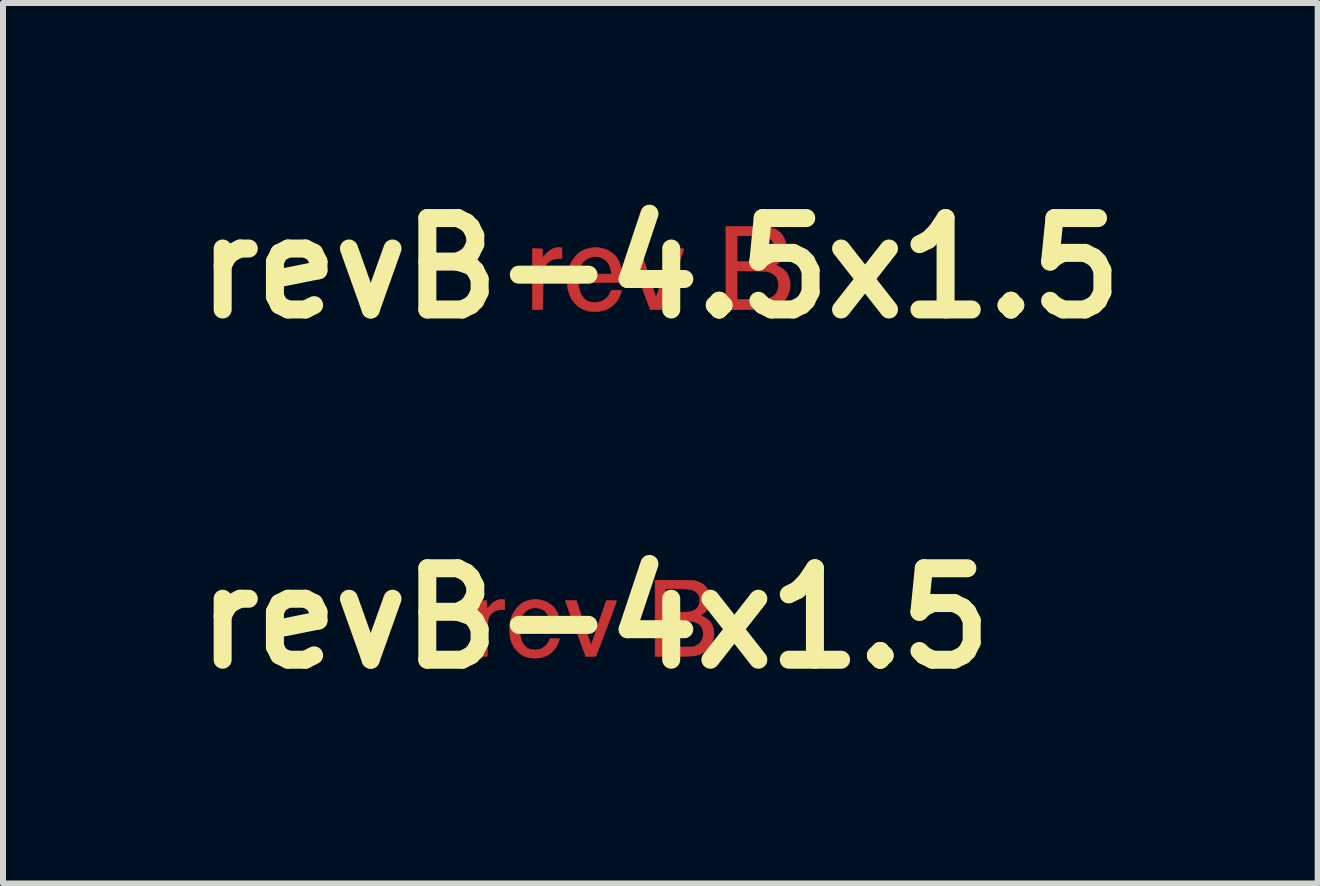
<source format=kicad_pcb>
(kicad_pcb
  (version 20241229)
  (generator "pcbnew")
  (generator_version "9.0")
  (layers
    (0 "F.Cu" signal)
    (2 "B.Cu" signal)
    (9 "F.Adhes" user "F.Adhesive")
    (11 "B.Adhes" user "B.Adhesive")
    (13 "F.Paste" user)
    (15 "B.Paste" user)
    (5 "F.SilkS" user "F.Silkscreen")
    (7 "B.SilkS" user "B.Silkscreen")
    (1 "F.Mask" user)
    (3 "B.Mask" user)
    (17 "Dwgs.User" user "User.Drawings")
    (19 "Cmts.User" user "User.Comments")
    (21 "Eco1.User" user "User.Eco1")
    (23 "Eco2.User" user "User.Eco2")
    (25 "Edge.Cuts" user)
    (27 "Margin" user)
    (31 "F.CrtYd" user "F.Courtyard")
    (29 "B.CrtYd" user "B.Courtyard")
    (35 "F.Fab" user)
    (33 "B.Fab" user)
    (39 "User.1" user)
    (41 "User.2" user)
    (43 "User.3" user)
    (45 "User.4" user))
  (footprint "revB-4x1.5"
    (layer "F.Cu")
    (at 6.865 7.254)
    (property "Reference" "revB-4x1.5" (at 0 0 0) (layer "F.SilkS") (effects (font (size 1.524 1.524) (thickness 0.3))))
    (attr through_hole)
    (fp_poly (pts (xy -1.53 -0.313) (xy -1.503 -0.309) (xy -1.503 -0.227) (xy -1.503 -0.145) (xy -1.561 -0.144) (xy -1.614 -0.14) (xy -1.658 -0.127) (xy -1.696 -0.104) (xy -1.725 -0.077) (xy -1.74 -0.061) (xy -1.752 -0.047) (xy -1.762 -0.034) (xy -1.77 -0.019) (xy -1.776 -0.002) (xy -1.781 0.019) (xy -1.784 0.045) (xy -1.787 0.078) (xy -1.789 0.119) (xy -1.79 0.17) (xy -1.791 0.231) (xy -1.792 0.305) (xy -1.792 0.328) (xy -1.796 0.631) (xy -1.954 0.635) (xy -1.954 -0.297) (xy -1.879 -0.295) (xy -1.803 -0.293) (xy -1.801 -0.224) (xy -1.799 -0.155) (xy -1.772 -0.188) (xy -1.726 -0.238) (xy -1.678 -0.276) (xy -1.629 -0.301) (xy -1.579 -0.314) (xy -1.53 -0.313)) (stroke (width 0.01) (type solid)) (fill yes) (layer "F.Cu"))
    (fp_poly (pts (xy -0.237 -0.069) (xy -0.216 -0.006) (xy -0.195 0.06) (xy -0.173 0.126) (xy -0.152 0.19) (xy -0.133 0.247) (xy -0.117 0.295) (xy -0.114 0.305) (xy -0.066 0.452) (xy 0.05 0.115) (xy 0.072 0.048) (xy 0.094 -0.017) (xy 0.115 -0.076) (xy 0.133 -0.13) (xy 0.149 -0.177) (xy 0.162 -0.215) (xy 0.172 -0.242) (xy 0.178 -0.258) (xy 0.178 -0.259) (xy 0.192 -0.296) (xy 0.276 -0.296) (xy 0.314 -0.296) (xy 0.339 -0.295) (xy 0.354 -0.292) (xy 0.359 -0.288) (xy 0.36 -0.288) (xy 0.357 -0.28) (xy 0.35 -0.26) (xy 0.339 -0.229) (xy 0.324 -0.188) (xy 0.305 -0.138) (xy 0.284 -0.08) (xy 0.26 -0.016) (xy 0.234 0.054) (xy 0.206 0.128) (xy 0.187 0.176) (xy 0.016 0.631) (xy -0.153 0.635) (xy -0.323 0.173) (xy -0.352 0.096) (xy -0.379 0.023) (xy -0.404 -0.045) (xy -0.427 -0.107) (xy -0.447 -0.162) (xy -0.464 -0.209) (xy -0.477 -0.246) (xy -0.487 -0.273) (xy -0.493 -0.289) (xy -0.494 -0.293) (xy -0.487 -0.294) (xy -0.469 -0.295) (xy -0.442 -0.296) (xy -0.409 -0.296) (xy -0.402 -0.296) (xy -0.311 -0.296) (xy -0.237 -0.069)) (stroke (width 0.01) (type solid)) (fill yes) (layer "F.Cu"))
    (fp_poly (pts (xy -0.941 -0.31) (xy -0.869 -0.296) (xy -0.802 -0.271) (xy -0.799 -0.269) (xy -0.744 -0.236) (xy -0.698 -0.198) (xy -0.66 -0.153) (xy -0.631 -0.099) (xy -0.609 -0.037) (xy -0.594 0.035) (xy -0.585 0.119) (xy -0.583 0.15) (xy -0.581 0.219) (xy -1.257 0.219) (xy -1.252 0.252) (xy -1.238 0.327) (xy -1.217 0.39) (xy -1.188 0.44) (xy -1.151 0.479) (xy -1.108 0.506) (xy -1.091 0.513) (xy -1.046 0.523) (xy -0.995 0.526) (xy -0.945 0.521) (xy -0.9 0.509) (xy -0.892 0.505) (xy -0.845 0.477) (xy -0.804 0.439) (xy -0.773 0.394) (xy -0.766 0.38) (xy -0.747 0.339) (xy -0.593 0.339) (xy -0.597 0.362) (xy -0.602 0.378) (xy -0.612 0.403) (xy -0.624 0.432) (xy -0.63 0.445) (xy -0.668 0.508) (xy -0.716 0.561) (xy -0.773 0.604) (xy -0.837 0.636) (xy -0.894 0.653) (xy -0.934 0.659) (xy -0.979 0.662) (xy -1.027 0.662) (xy -1.071 0.659) (xy -1.107 0.654) (xy -1.113 0.652) (xy -1.154 0.64) (xy -1.189 0.625) (xy -1.224 0.604) (xy -1.246 0.589) (xy -1.301 0.541) (xy -1.347 0.483) (xy -1.382 0.415) (xy -1.405 0.347) (xy -1.414 0.303) (xy -1.419 0.249) (xy -1.421 0.191) (xy -1.42 0.132) (xy -1.416 0.092) (xy -1.251 0.092) (xy -0.746 0.092) (xy -0.75 0.058) (xy -0.764 -0.006) (xy -0.787 -0.061) (xy -0.819 -0.106) (xy -0.861 -0.14) (xy -0.911 -0.163) (xy -0.917 -0.165) (xy -0.976 -0.176) (xy -1.033 -0.174) (xy -1.086 -0.159) (xy -1.134 -0.133) (xy -1.175 -0.097) (xy -1.209 -0.052) (xy -1.233 0.001) (xy -1.246 0.058) (xy -1.251 0.092) (xy -1.416 0.092) (xy -1.415 0.077) (xy -1.406 0.03) (xy -1.405 0.025) (xy -1.381 -0.045) (xy -1.347 -0.111) (xy -1.305 -0.17) (xy -1.257 -0.22) (xy -1.216 -0.252) (xy -1.154 -0.283) (xy -1.085 -0.304) (xy -1.014 -0.313) (xy -0.941 -0.31)) (stroke (width 0.01) (type solid)) (fill yes) (layer "F.Cu"))
    (fp_poly (pts (xy 1.39 -0.635) (xy 1.453 -0.635) (xy 1.505 -0.634) (xy 1.546 -0.634) (xy 1.58 -0.633) (xy 1.607 -0.632) (xy 1.628 -0.63) (xy 1.646 -0.628) (xy 1.661 -0.626) (xy 1.675 -0.623) (xy 1.683 -0.621) (xy 1.747 -0.599) (xy 1.801 -0.568) (xy 1.845 -0.527) (xy 1.881 -0.476) (xy 1.889 -0.46) (xy 1.902 -0.434) (xy 1.91 -0.412) (xy 1.914 -0.39) (xy 1.917 -0.362) (xy 1.918 -0.338) (xy 1.915 -0.269) (xy 1.902 -0.208) (xy 1.877 -0.155) (xy 1.841 -0.11) (xy 1.803 -0.08) (xy 1.783 -0.067) (xy 1.769 -0.056) (xy 1.764 -0.05) (xy 1.77 -0.045) (xy 1.786 -0.036) (xy 1.809 -0.025) (xy 1.815 -0.022) (xy 1.871 0.012) (xy 1.916 0.054) (xy 1.949 0.105) (xy 1.971 0.164) (xy 1.981 0.231) (xy 1.983 0.264) (xy 1.976 0.33) (xy 1.956 0.394) (xy 1.925 0.454) (xy 1.884 0.507) (xy 1.834 0.552) (xy 1.794 0.577) (xy 1.765 0.591) (xy 1.729 0.605) (xy 1.696 0.615) (xy 1.682 0.619) (xy 1.668 0.622) (xy 1.653 0.624) (xy 1.635 0.626) (xy 1.613 0.628) (xy 1.585 0.629) (xy 1.55 0.63) (xy 1.507 0.631) (xy 1.453 0.632) (xy 1.388 0.633) (xy 1.321 0.633) (xy 1.002 0.636) (xy 1.002 0.481) (xy 1.171 0.481) (xy 1.406 0.478) (xy 1.641 0.476) (xy 1.688 0.453) (xy 1.735 0.423) (xy 1.77 0.385) (xy 1.793 0.34) (xy 1.804 0.287) (xy 1.805 0.241) (xy 1.796 0.187) (xy 1.777 0.142) (xy 1.746 0.106) (xy 1.704 0.078) (xy 1.665 0.062) (xy 1.652 0.058) (xy 1.638 0.054) (xy 1.622 0.051) (xy 1.602 0.049) (xy 1.578 0.048) (xy 1.546 0.046) (xy 1.505 0.045) (xy 1.453 0.045) (xy 1.395 0.044) (xy 1.171 0.041) (xy 1.171 0.481) (xy 1.002 0.481) (xy 1.002 -0.097) (xy 1.171 -0.097) (xy 1.371 -0.1) (xy 1.43 -0.101) (xy 1.478 -0.103) (xy 1.515 -0.104) (xy 1.544 -0.105) (xy 1.566 -0.108) (xy 1.584 -0.11) (xy 1.6 -0.114) (xy 1.614 -0.118) (xy 1.614 -0.118) (xy 1.663 -0.139) (xy 1.7 -0.168) (xy 1.725 -0.204) (xy 1.739 -0.248) (xy 1.744 -0.298) (xy 1.74 -0.346) (xy 1.729 -0.384) (xy 1.71 -0.416) (xy 1.689 -0.436) (xy 1.67 -0.451) (xy 1.648 -0.463) (xy 1.621 -0.473) (xy 1.589 -0.481) (xy 1.549 -0.486) (xy 1.501 -0.49) (xy 1.442 -0.493) (xy 1.372 -0.494) (xy 1.328 -0.494) (xy 1.171 -0.494) (xy 1.171 -0.097) (xy 1.002 -0.097) (xy 1.002 -0.635) (xy 1.315 -0.635) (xy 1.39 -0.635)) (stroke (width 0.01) (type solid)) (fill yes) (layer "F.Cu")))
  (footprint "revB-4.5x1.5"
    (layer "F.Cu")
    (at 7.954 1.418)
    (property "Reference" "revB-4.5x1.5" (at 0 0 0) (layer "F.SilkS") (effects (font (size 1.524 1.524) (thickness 0.3))))
    (attr through_hole)
    (fp_poly (pts (xy -1.669 -0.341) (xy -1.639 -0.337) (xy -1.64 -0.247) (xy -1.64 -0.158) (xy -1.703 -0.157) (xy -1.761 -0.152) (xy -1.808 -0.138) (xy -1.85 -0.113) (xy -1.882 -0.084) (xy -1.898 -0.067) (xy -1.911 -0.052) (xy -1.922 -0.037) (xy -1.931 -0.021) (xy -1.937 -0.002) (xy -1.943 0.02) (xy -1.947 0.049) (xy -1.949 0.085) (xy -1.951 0.13) (xy -1.953 0.185) (xy -1.954 0.252) (xy -1.955 0.333) (xy -1.955 0.358) (xy -1.959 0.689) (xy -2.045 0.691) (xy -2.132 0.693) (xy -2.132 -0.324) (xy -2.049 -0.322) (xy -1.967 -0.319) (xy -1.962 -0.169) (xy -1.933 -0.206) (xy -1.883 -0.26) (xy -1.831 -0.301) (xy -1.777 -0.329) (xy -1.722 -0.342) (xy -1.669 -0.341)) (stroke (width 0.01) (type solid)) (fill yes) (layer "F.Cu"))
    (fp_poly (pts (xy -0.258 -0.075) (xy -0.236 -0.007) (xy -0.212 0.066) (xy -0.189 0.138) (xy -0.166 0.207) (xy -0.145 0.269) (xy -0.128 0.322) (xy -0.124 0.333) (xy -0.072 0.493) (xy 0.054 0.125) (xy 0.079 0.052) (xy 0.103 -0.018) (xy 0.125 -0.083) (xy 0.146 -0.142) (xy 0.163 -0.193) (xy 0.177 -0.234) (xy 0.188 -0.264) (xy 0.194 -0.281) (xy 0.194 -0.283) (xy 0.209 -0.323) (xy 0.301 -0.323) (xy 0.342 -0.323) (xy 0.37 -0.321) (xy 0.386 -0.319) (xy 0.392 -0.315) (xy 0.392 -0.314) (xy 0.39 -0.305) (xy 0.382 -0.283) (xy 0.37 -0.249) (xy 0.353 -0.205) (xy 0.333 -0.15) (xy 0.31 -0.088) (xy 0.283 -0.017) (xy 0.255 0.059) (xy 0.224 0.14) (xy 0.205 0.192) (xy 0.017 0.689) (xy -0.075 0.691) (xy -0.167 0.693) (xy -0.353 0.189) (xy -0.384 0.105) (xy -0.413 0.025) (xy -0.44 -0.049) (xy -0.465 -0.117) (xy -0.487 -0.177) (xy -0.506 -0.228) (xy -0.521 -0.268) (xy -0.531 -0.298) (xy -0.538 -0.315) (xy -0.539 -0.319) (xy -0.532 -0.321) (xy -0.512 -0.322) (xy -0.482 -0.323) (xy -0.446 -0.323) (xy -0.439 -0.323) (xy -0.339 -0.323) (xy -0.258 -0.075)) (stroke (width 0.01) (type solid)) (fill yes) (layer "F.Cu"))
    (fp_poly (pts (xy -1.026 -0.339) (xy -0.948 -0.323) (xy -0.875 -0.295) (xy -0.871 -0.293) (xy -0.811 -0.258) (xy -0.761 -0.216) (xy -0.72 -0.166) (xy -0.688 -0.109) (xy -0.664 -0.041) (xy -0.648 0.039) (xy -0.638 0.13) (xy -0.637 0.164) (xy -0.633 0.239) (xy -1.371 0.239) (xy -1.366 0.275) (xy -1.351 0.357) (xy -1.327 0.425) (xy -1.296 0.48) (xy -1.256 0.523) (xy -1.208 0.552) (xy -1.19 0.559) (xy -1.141 0.571) (xy -1.085 0.573) (xy -1.03 0.568) (xy -0.982 0.555) (xy -0.973 0.551) (xy -0.922 0.52) (xy -0.877 0.479) (xy -0.843 0.43) (xy -0.835 0.415) (xy -0.815 0.369) (xy -0.647 0.369) (xy -0.651 0.394) (xy -0.657 0.413) (xy -0.667 0.44) (xy -0.681 0.471) (xy -0.688 0.485) (xy -0.729 0.554) (xy -0.781 0.612) (xy -0.843 0.659) (xy -0.913 0.694) (xy -0.975 0.712) (xy -1.018 0.719) (xy -1.069 0.722) (xy -1.12 0.722) (xy -1.168 0.719) (xy -1.208 0.713) (xy -1.214 0.712) (xy -1.259 0.698) (xy -1.297 0.681) (xy -1.335 0.659) (xy -1.36 0.642) (xy -1.42 0.59) (xy -1.469 0.527) (xy -1.508 0.452) (xy -1.533 0.378) (xy -1.543 0.33) (xy -1.548 0.272) (xy -1.55 0.208) (xy -1.549 0.144) (xy -1.545 0.1) (xy -1.364 0.1) (xy -0.814 0.1) (xy -0.818 0.064) (xy -0.833 -0.007) (xy -0.858 -0.067) (xy -0.894 -0.116) (xy -0.939 -0.153) (xy -0.994 -0.178) (xy -1 -0.18) (xy -1.065 -0.192) (xy -1.126 -0.189) (xy -1.184 -0.174) (xy -1.237 -0.145) (xy -1.282 -0.106) (xy -1.319 -0.057) (xy -1.345 0.002) (xy -1.36 0.064) (xy -1.364 0.1) (xy -1.545 0.1) (xy -1.543 0.084) (xy -1.534 0.033) (xy -1.533 0.027) (xy -1.506 -0.05) (xy -1.469 -0.121) (xy -1.424 -0.186) (xy -1.372 -0.24) (xy -1.326 -0.274) (xy -1.259 -0.309) (xy -1.184 -0.331) (xy -1.106 -0.341) (xy -1.026 -0.339)) (stroke (width 0.01) (type solid)) (fill yes) (layer "F.Cu"))
    (fp_poly (pts (xy 1.517 -0.693) (xy 1.585 -0.693) (xy 1.641 -0.692) (xy 1.687 -0.692) (xy 1.724 -0.691) (xy 1.753 -0.689) (xy 1.776 -0.688) (xy 1.795 -0.686) (xy 1.812 -0.683) (xy 1.827 -0.68) (xy 1.836 -0.677) (xy 1.906 -0.653) (xy 1.965 -0.619) (xy 2.013 -0.575) (xy 2.052 -0.519) (xy 2.061 -0.502) (xy 2.074 -0.473) (xy 2.083 -0.449) (xy 2.088 -0.425) (xy 2.091 -0.395) (xy 2.092 -0.369) (xy 2.09 -0.293) (xy 2.075 -0.226) (xy 2.047 -0.169) (xy 2.008 -0.121) (xy 1.967 -0.087) (xy 1.945 -0.073) (xy 1.93 -0.061) (xy 1.925 -0.055) (xy 1.931 -0.049) (xy 1.949 -0.04) (xy 1.973 -0.027) (xy 1.98 -0.024) (xy 2.041 0.013) (xy 2.09 0.059) (xy 2.126 0.114) (xy 2.15 0.178) (xy 2.162 0.252) (xy 2.163 0.288) (xy 2.155 0.36) (xy 2.134 0.43) (xy 2.1 0.495) (xy 2.055 0.553) (xy 2.001 0.602) (xy 1.957 0.629) (xy 1.925 0.644) (xy 1.886 0.66) (xy 1.85 0.671) (xy 1.835 0.675) (xy 1.82 0.678) (xy 1.803 0.681) (xy 1.784 0.683) (xy 1.76 0.685) (xy 1.729 0.687) (xy 1.691 0.688) (xy 1.644 0.689) (xy 1.585 0.689) (xy 1.514 0.69) (xy 1.441 0.691) (xy 1.093 0.694) (xy 1.093 0.524) (xy 1.278 0.524) (xy 1.79 0.52) (xy 1.842 0.494) (xy 1.893 0.462) (xy 1.931 0.42) (xy 1.956 0.371) (xy 1.968 0.313) (xy 1.969 0.263) (xy 1.959 0.204) (xy 1.938 0.155) (xy 1.905 0.116) (xy 1.859 0.085) (xy 1.817 0.068) (xy 1.802 0.063) (xy 1.787 0.059) (xy 1.769 0.056) (xy 1.748 0.054) (xy 1.721 0.052) (xy 1.686 0.051) (xy 1.641 0.05) (xy 1.585 0.049) (xy 1.522 0.048) (xy 1.278 0.045) (xy 1.278 0.524) (xy 1.093 0.524) (xy 1.093 -0.106) (xy 1.278 -0.106) (xy 1.495 -0.11) (xy 1.56 -0.111) (xy 1.612 -0.112) (xy 1.653 -0.113) (xy 1.684 -0.115) (xy 1.709 -0.117) (xy 1.728 -0.12) (xy 1.745 -0.124) (xy 1.761 -0.129) (xy 1.761 -0.129) (xy 1.814 -0.152) (xy 1.854 -0.183) (xy 1.882 -0.222) (xy 1.897 -0.271) (xy 1.902 -0.326) (xy 1.898 -0.377) (xy 1.886 -0.419) (xy 1.865 -0.454) (xy 1.843 -0.476) (xy 1.822 -0.492) (xy 1.798 -0.506) (xy 1.769 -0.516) (xy 1.733 -0.524) (xy 1.69 -0.531) (xy 1.638 -0.535) (xy 1.574 -0.537) (xy 1.497 -0.539) (xy 1.449 -0.539) (xy 1.278 -0.539) (xy 1.278 -0.106) (xy 1.093 -0.106) (xy 1.093 -0.693) (xy 1.434 -0.693) (xy 1.517 -0.693)) (stroke (width 0.01) (type solid)) (fill yes) (layer "F.Cu")))
  (gr_rect
    (start -3 -3)
    (end 18.908 11.672)
    (stroke (width 0.1) (type default))
    (fill no)
    (layer "Edge.Cuts")))
</source>
